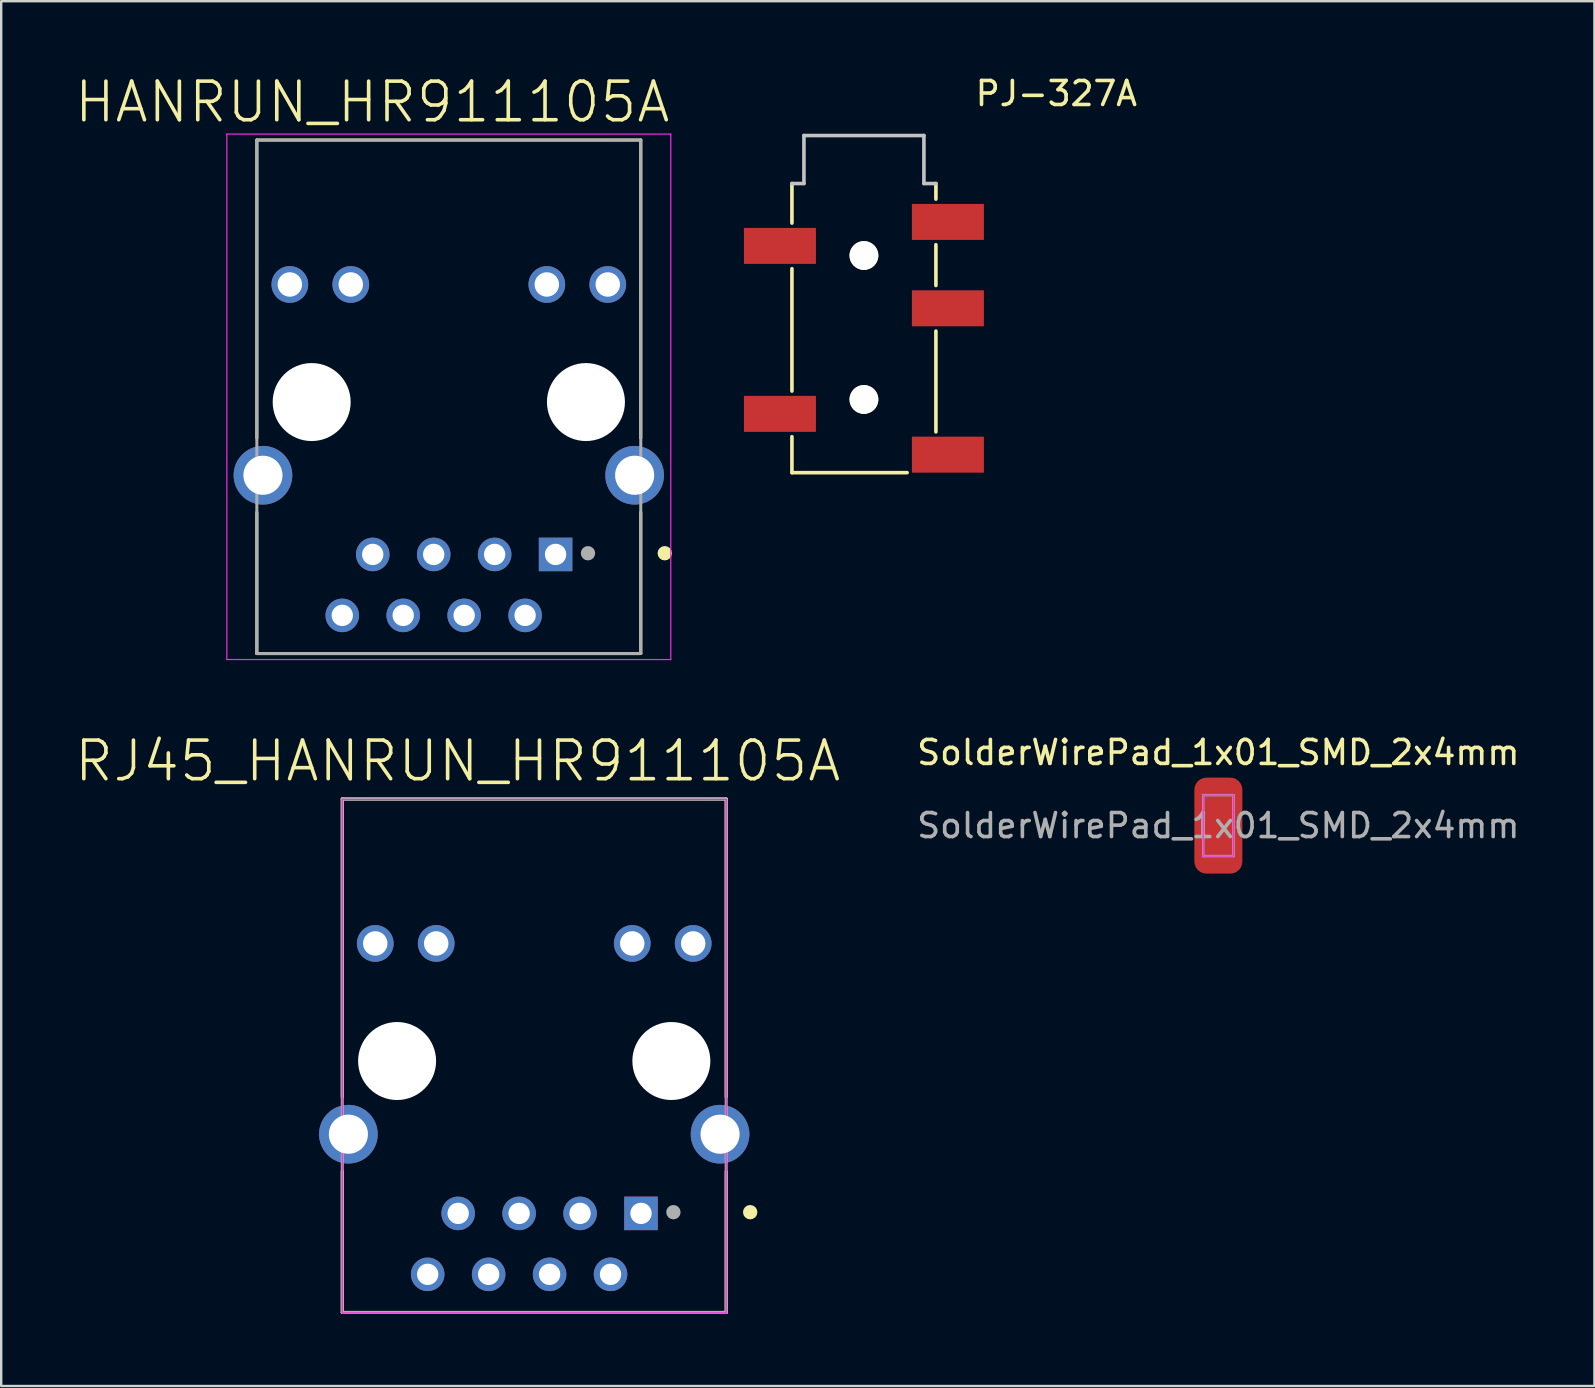
<source format=kicad_pcb>
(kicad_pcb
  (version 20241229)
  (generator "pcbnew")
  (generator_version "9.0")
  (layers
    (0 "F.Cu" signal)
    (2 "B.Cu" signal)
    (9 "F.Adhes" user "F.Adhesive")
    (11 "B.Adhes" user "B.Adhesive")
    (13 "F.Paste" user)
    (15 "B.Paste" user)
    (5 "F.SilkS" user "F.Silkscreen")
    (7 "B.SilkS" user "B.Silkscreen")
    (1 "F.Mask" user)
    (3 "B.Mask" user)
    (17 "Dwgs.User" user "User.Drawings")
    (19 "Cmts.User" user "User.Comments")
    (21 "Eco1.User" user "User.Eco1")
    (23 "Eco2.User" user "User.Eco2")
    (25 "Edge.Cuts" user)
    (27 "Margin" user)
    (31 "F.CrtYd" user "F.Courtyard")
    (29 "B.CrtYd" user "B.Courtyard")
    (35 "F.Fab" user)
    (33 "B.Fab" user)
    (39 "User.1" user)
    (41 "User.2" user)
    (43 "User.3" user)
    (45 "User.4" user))
  (footprint "SolderWirePad_1x01_SMD_2x4mm"
    (layer "F.Cu")
    (at 47.725 31.358)
    (property "Reference" "SolderWirePad_1x01_SMD_2x4mm" (at 0 -3.048 0) (layer "F.SilkS") (effects (font (size 1 1) (thickness 0.15))))
    (attr exclude_from_pos_files exclude_from_bom)
    (fp_line (start -0.63 -1.27) (end -0.63 1.27) (stroke (width 0.05) (type solid)) (layer "F.CrtYd"))
    (fp_line (start -0.63 1.27) (end 0.63 1.27) (stroke (width 0.05) (type solid)) (layer "F.CrtYd"))
    (fp_line (start 0.63 -1.27) (end -0.63 -1.27) (stroke (width 0.05) (type solid)) (layer "F.CrtYd"))
    (fp_line (start 0.63 1.27) (end 0.63 -1.27) (stroke (width 0.05) (type solid)) (layer "F.CrtYd"))
    (fp_line (start -0.63 -1.27) (end 0.63 -1.27) (stroke (width 0.1) (type solid)) (layer "F.Fab"))
    (fp_line (start -0.63 1.27) (end -0.63 -1.27) (stroke (width 0.1) (type solid)) (layer "F.Fab"))
    (fp_line (start 0.63 -1.27) (end 0.63 1.27) (stroke (width 0.1) (type solid)) (layer "F.Fab"))
    (fp_line (start 0.63 1.27) (end -0.63 1.27) (stroke (width 0.1) (type solid)) (layer "F.Fab"))
    (fp_text user "${REFERENCE}" (at 0 0 0) (layer "F.Fab") (effects (font (size 1 1) (thickness 0.15))))
    (pad "1" smd roundrect (at 0 0) (size 2 4) (layers "F.Cu" "F.Mask" "F.Paste") (roundrect_rratio 0.25)))
  (footprint "PJ-327A"
    (layer "F.Cu")
    (at 32.954 4.598)
    (property "Reference" "PJ-327A" (at 8.02 -3.75 0) (layer "F.SilkS") (effects (font (size 1 1) (thickness 0.15))))
    (attr through_hole)
    (fp_line (start -3 0) (end -3 1.65) (stroke (width 0.15) (type solid)) (layer "F.SilkS"))
    (fp_line (start -3 3.55) (end -3 8.65) (stroke (width 0.15) (type solid)) (layer "F.SilkS"))
    (fp_line (start -3 10.55) (end -3 12.05) (stroke (width 0.15) (type solid)) (layer "F.SilkS"))
    (fp_line (start -3 12.05) (end 1.8 12.05) (stroke (width 0.15) (type solid)) (layer "F.SilkS"))
    (fp_line (start 3 0.65) (end 3 0) (stroke (width 0.15) (type solid)) (layer "F.SilkS"))
    (fp_line (start 3 2.55) (end 3 4.25) (stroke (width 0.15) (type solid)) (layer "F.SilkS"))
    (fp_line (start 3 6.15) (end 3 10.35) (stroke (width 0.15) (type solid)) (layer "F.SilkS"))
    (fp_line (start -2.5 -2) (end -2.5 0) (stroke (width 0.15) (type solid)) (layer "Dwgs.User"))
    (fp_line (start -2.5 0) (end -3 0) (stroke (width 0.15) (type solid)) (layer "Dwgs.User"))
    (fp_line (start 2.5 -2) (end -2.5 -2) (stroke (width 0.15) (type solid)) (layer "Dwgs.User"))
    (fp_line (start 2.5 0) (end 2.5 -2) (stroke (width 0.15) (type solid)) (layer "Dwgs.User"))
    (fp_line (start 3 0) (end 2.5 0) (stroke (width 0.15) (type solid)) (layer "Dwgs.User"))
    (pad "" np_thru_hole circle (at 0 3) (size 1.2 1.2) (drill 1.2) (layers "*.Cu" "*.Mask" "F.SilkS"))
    (pad "" np_thru_hole circle (at 0 9) (size 1.2 1.2) (drill 1.2) (layers "*.Cu" "*.Mask" "F.SilkS"))
    (pad "R" smd rect (at 3.5 5.2) (size 3 1.5) (layers "F.Cu" "F.Mask" "F.Paste"))
    (pad "S" smd rect (at -3.5 2.6) (size 3 1.5) (layers "F.Cu" "F.Mask" "F.Paste"))
    (pad "S" smd rect (at 3.5 1.6) (size 3 1.5) (layers "F.Cu" "F.Mask" "F.Paste"))
    (pad "T" smd rect (at -3.5 9.6) (size 3 1.5) (layers "F.Cu" "F.Mask" "F.Paste"))
    (pad "TN" smd rect (at 3.5 11.3) (size 3 1.5) (layers "F.Cu" "F.Mask" "F.Paste")))
  (footprint "RJ45_HANRUN_HR911105A"
    (layer "F.Cu")
    (at 19.214 41.168)
    (property "Reference" "RJ45_HANRUN_HR911105A" (at -3.188 -12.503 0) (layer "F.SilkS") (effects (font (size 1.608 1.608) (thickness 0.15))))
    (attr through_hole)
    (fp_line (start -8 -10.92) (end -8 1.5) (stroke (width 0.127) (type solid)) (layer "F.SilkS"))
    (fp_line (start -8 4.6) (end -8 10.48) (stroke (width 0.127) (type solid)) (layer "F.SilkS"))
    (fp_line (start 8 -10.92) (end -8 -10.92) (stroke (width 0.127) (type solid)) (layer "F.SilkS"))
    (fp_line (start 8 -10.92) (end 8 1.5) (stroke (width 0.127) (type solid)) (layer "F.SilkS"))
    (fp_line (start 8 4.6) (end 8 10.48) (stroke (width 0.127) (type solid)) (layer "F.SilkS"))
    (fp_line (start 8 10.48) (end -8 10.48) (stroke (width 0.127) (type solid)) (layer "F.SilkS"))
    (fp_circle (center 9 6.3) (end 9.15 6.3) (stroke (width 0.3) (type solid)) (fill no) (layer "F.SilkS"))
    (fp_line (start -8 -10.9) (end -8 10.5) (stroke (width 0.05) (type solid)) (layer "F.CrtYd"))
    (fp_line (start -8 10.5) (end 8 10.5) (stroke (width 0.05) (type solid)) (layer "F.CrtYd"))
    (fp_line (start 8 -10.9) (end -8 -10.9) (stroke (width 0.05) (type solid)) (layer "F.CrtYd"))
    (fp_line (start 8 10.5) (end 8 -10.9) (stroke (width 0.05) (type solid)) (layer "F.CrtYd"))
    (fp_line (start -8 -10.92) (end -8 10.48) (stroke (width 0.127) (type solid)) (layer "F.Fab"))
    (fp_line (start -8 10.48) (end 8 10.48) (stroke (width 0.127) (type solid)) (layer "F.Fab"))
    (fp_line (start 8 -10.92) (end -8 -10.92) (stroke (width 0.127) (type solid)) (layer "F.Fab"))
    (fp_line (start 8 10.48) (end 8 -10.92) (stroke (width 0.127) (type solid)) (layer "F.Fab"))
    (fp_circle (center 5.8 6.3) (end 5.95 6.3) (stroke (width 0.3) (type solid)) (fill no) (layer "F.Fab"))
    (pad "" np_thru_hole circle (at -5.715 0) (size 3.25 3.25) (drill 3.25) (layers "*.Cu" "*.Mask"))
    (pad "" np_thru_hole circle (at 5.715 0) (size 3.25 3.25) (drill 3.25) (layers "*.Cu" "*.Mask"))
    (pad "1" thru_hole rect (at 4.45 6.35) (size 1.398 1.398) (drill 0.89) (layers "*.Cu" "*.Mask"))
    (pad "2" thru_hole circle (at 3.18 8.89) (size 1.398 1.398) (drill 0.89) (layers "*.Cu" "*.Mask"))
    (pad "3" thru_hole circle (at 1.91 6.35) (size 1.398 1.398) (drill 0.89) (layers "*.Cu" "*.Mask"))
    (pad "4" thru_hole circle (at 0.64 8.89) (size 1.398 1.398) (drill 0.89) (layers "*.Cu" "*.Mask"))
    (pad "5" thru_hole circle (at -0.63 6.35) (size 1.398 1.398) (drill 0.89) (layers "*.Cu" "*.Mask"))
    (pad "6" thru_hole circle (at -1.9 8.89) (size 1.398 1.398) (drill 0.89) (layers "*.Cu" "*.Mask"))
    (pad "7" thru_hole circle (at -3.17 6.35) (size 1.398 1.398) (drill 0.89) (layers "*.Cu" "*.Mask"))
    (pad "8" thru_hole circle (at -4.44 8.89) (size 1.398 1.398) (drill 0.89) (layers "*.Cu" "*.Mask"))
    (pad "9" thru_hole circle (at 6.625 -4.9) (size 1.53 1.53) (drill 1.02) (layers "*.Cu" "*.Mask"))
    (pad "10" thru_hole circle (at 4.085 -4.9) (size 1.53 1.53) (drill 1.02) (layers "*.Cu" "*.Mask"))
    (pad "11" thru_hole circle (at -4.085 -4.9) (size 1.53 1.53) (drill 1.02) (layers "*.Cu" "*.Mask"))
    (pad "12" thru_hole circle (at -6.625 -4.9) (size 1.53 1.53) (drill 1.02) (layers "*.Cu" "*.Mask"))
    (pad "15" thru_hole circle (at 7.745 3.05) (size 2.445 2.445) (drill 1.63) (layers "*.Cu" "*.Mask"))
    (pad "16" thru_hole circle (at -7.745 3.05) (size 2.445 2.445) (drill 1.63) (layers "*.Cu" "*.Mask")))
  (footprint "HANRUN_HR911105A"
    (layer "F.Cu")
    (at 15.654 13.706)
    (property "Reference" "HANRUN_HR911105A" (at -3.188 -12.503 0) (layer "F.SilkS") (effects (font (size 1.608 1.608) (thickness 0.15))))
    (attr through_hole)
    (fp_line (start -8 -10.92) (end -8 1.5) (stroke (width 0.127) (type solid)) (layer "F.SilkS"))
    (fp_line (start -8 4.6) (end -8 10.48) (stroke (width 0.127) (type solid)) (layer "F.SilkS"))
    (fp_line (start 8 -10.92) (end -8 -10.92) (stroke (width 0.127) (type solid)) (layer "F.SilkS"))
    (fp_line (start 8 -10.92) (end 8 1.5) (stroke (width 0.127) (type solid)) (layer "F.SilkS"))
    (fp_line (start 8 4.6) (end 8 10.48) (stroke (width 0.127) (type solid)) (layer "F.SilkS"))
    (fp_line (start 8 10.48) (end -8 10.48) (stroke (width 0.127) (type solid)) (layer "F.SilkS"))
    (fp_circle (center 9 6.3) (end 9.15 6.3) (stroke (width 0.3) (type solid)) (fill no) (layer "F.SilkS"))
    (fp_line (start -9.25 -11.17) (end -9.25 10.73) (stroke (width 0.05) (type solid)) (layer "F.CrtYd"))
    (fp_line (start -9.25 10.73) (end 9.25 10.73) (stroke (width 0.05) (type solid)) (layer "F.CrtYd"))
    (fp_line (start 9.25 -11.17) (end -9.25 -11.17) (stroke (width 0.05) (type solid)) (layer "F.CrtYd"))
    (fp_line (start 9.25 10.73) (end 9.25 -11.17) (stroke (width 0.05) (type solid)) (layer "F.CrtYd"))
    (fp_line (start -8 -10.92) (end -8 10.48) (stroke (width 0.127) (type solid)) (layer "F.Fab"))
    (fp_line (start -8 10.48) (end 8 10.48) (stroke (width 0.127) (type solid)) (layer "F.Fab"))
    (fp_line (start 8 -10.92) (end -8 -10.92) (stroke (width 0.127) (type solid)) (layer "F.Fab"))
    (fp_line (start 8 10.48) (end 8 -10.92) (stroke (width 0.127) (type solid)) (layer "F.Fab"))
    (fp_circle (center 5.8 6.3) (end 5.95 6.3) (stroke (width 0.3) (type solid)) (fill no) (layer "F.Fab"))
    (pad "" np_thru_hole circle (at -5.715 0) (size 3.25 3.25) (drill 3.25) (layers "*.Cu" "*.Mask"))
    (pad "" np_thru_hole circle (at 5.715 0) (size 3.25 3.25) (drill 3.25) (layers "*.Cu" "*.Mask"))
    (pad "1" thru_hole rect (at 4.45 6.35) (size 1.398 1.398) (drill 0.89) (layers "*.Cu" "*.Mask"))
    (pad "2" thru_hole circle (at 3.18 8.89) (size 1.398 1.398) (drill 0.89) (layers "*.Cu" "*.Mask"))
    (pad "3" thru_hole circle (at 1.91 6.35) (size 1.398 1.398) (drill 0.89) (layers "*.Cu" "*.Mask"))
    (pad "4" thru_hole circle (at 0.64 8.89) (size 1.398 1.398) (drill 0.89) (layers "*.Cu" "*.Mask"))
    (pad "5" thru_hole circle (at -0.63 6.35) (size 1.398 1.398) (drill 0.89) (layers "*.Cu" "*.Mask"))
    (pad "6" thru_hole circle (at -1.9 8.89) (size 1.398 1.398) (drill 0.89) (layers "*.Cu" "*.Mask"))
    (pad "7" thru_hole circle (at -3.17 6.35) (size 1.398 1.398) (drill 0.89) (layers "*.Cu" "*.Mask"))
    (pad "8" thru_hole circle (at -4.44 8.89) (size 1.398 1.398) (drill 0.89) (layers "*.Cu" "*.Mask"))
    (pad "9" thru_hole circle (at 6.625 -4.9) (size 1.53 1.53) (drill 1.02) (layers "*.Cu" "*.Mask"))
    (pad "10" thru_hole circle (at 4.085 -4.9) (size 1.53 1.53) (drill 1.02) (layers "*.Cu" "*.Mask"))
    (pad "11" thru_hole circle (at -4.085 -4.9) (size 1.53 1.53) (drill 1.02) (layers "*.Cu" "*.Mask"))
    (pad "12" thru_hole circle (at -6.625 -4.9) (size 1.53 1.53) (drill 1.02) (layers "*.Cu" "*.Mask"))
    (pad "15" thru_hole circle (at 7.745 3.05) (size 2.445 2.445) (drill 1.63) (layers "*.Cu" "*.Mask"))
    (pad "16" thru_hole circle (at -7.745 3.05) (size 2.445 2.445) (drill 1.63) (layers "*.Cu" "*.Mask")))
  (gr_rect
    (start -3 -3)
    (end 63.397 54.711)
    (stroke (width 0.1) (type default))
    (fill no)
    (layer "Edge.Cuts")))
</source>
